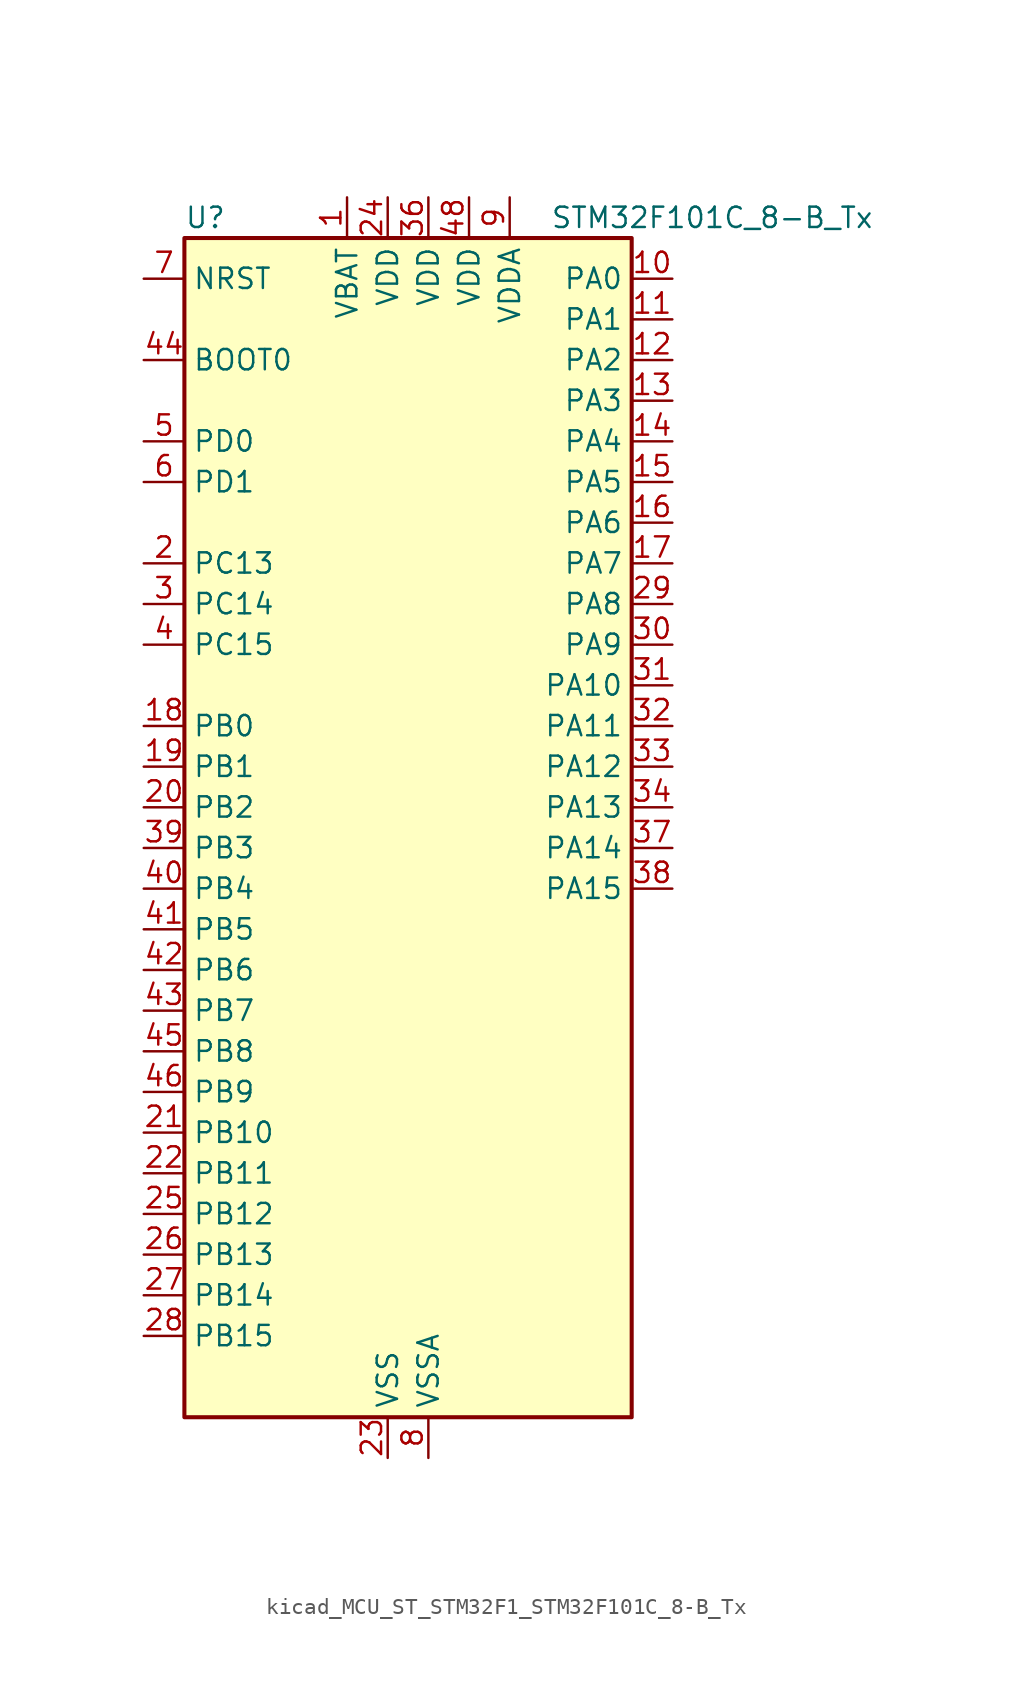
<source format=kicad_sym>
(kicad_symbol_lib
  (version 20220914)
  (generator kicad_symbol_editor)
  (symbol "kicad_MCU_ST_STM32F1_STM32F101C_8-B_Tx"
    (property "Reference" "U"
      (at -12.7 39.37 0)
      (effects (font (size 1.27 1.27)) (justify left)))
    (property "Value" "STM32F101C_8-B_Tx"
      (at 10.16 39.37 0)
      (effects (font (size 1.27 1.27)) (justify left)))
    (property "ki_locked" ""
      (at 0 0 0)
      (effects (font (size 1.27 1.27))))
    (symbol "kicad_MCU_ST_STM32F1_STM32F101C_8-B_Tx_0_1"
      (rectangle (start -12.7 -35.56) (end 15.24 38.1) (stroke (width 0.254) (type default)) (fill (type background))))
    (symbol "kicad_MCU_ST_STM32F1_STM32F101C_8-B_Tx_1_1"
      (pin power_in line (at -2.54 40.64 270) (length 2.54) (name "VBAT" (effects (font (size 1.27 1.27)))) (number "1" (effects (font (size 1.27 1.27)))))
      (pin bidirectional line (at 17.78 35.56 180) (length 2.54) (name "PA0" (effects (font (size 1.27 1.27)))) (number "10" (effects (font (size 1.27 1.27)))) (alternate "ADC1_IN0" bidirectional line) (alternate "SYS_WKUP" bidirectional line) (alternate "TIM2_CH1" bidirectional line) (alternate "TIM2_ETR" bidirectional line) (alternate "USART2_CTS" bidirectional line))
      (pin bidirectional line (at 17.78 33.02 180) (length 2.54) (name "PA1" (effects (font (size 1.27 1.27)))) (number "11" (effects (font (size 1.27 1.27)))) (alternate "ADC1_IN1" bidirectional line) (alternate "TIM2_CH2" bidirectional line) (alternate "USART2_RTS" bidirectional line))
      (pin bidirectional line (at 17.78 30.48 180) (length 2.54) (name "PA2" (effects (font (size 1.27 1.27)))) (number "12" (effects (font (size 1.27 1.27)))) (alternate "ADC1_IN2" bidirectional line) (alternate "TIM2_CH3" bidirectional line) (alternate "USART2_TX" bidirectional line))
      (pin bidirectional line (at 17.78 27.94 180) (length 2.54) (name "PA3" (effects (font (size 1.27 1.27)))) (number "13" (effects (font (size 1.27 1.27)))) (alternate "ADC1_IN3" bidirectional line) (alternate "TIM2_CH4" bidirectional line) (alternate "USART2_RX" bidirectional line))
      (pin bidirectional line (at 17.78 25.4 180) (length 2.54) (name "PA4" (effects (font (size 1.27 1.27)))) (number "14" (effects (font (size 1.27 1.27)))) (alternate "ADC1_IN4" bidirectional line) (alternate "SPI1_NSS" bidirectional line) (alternate "USART2_CK" bidirectional line))
      (pin bidirectional line (at 17.78 22.86 180) (length 2.54) (name "PA5" (effects (font (size 1.27 1.27)))) (number "15" (effects (font (size 1.27 1.27)))) (alternate "ADC1_IN5" bidirectional line) (alternate "SPI1_SCK" bidirectional line))
      (pin bidirectional line (at 17.78 20.32 180) (length 2.54) (name "PA6" (effects (font (size 1.27 1.27)))) (number "16" (effects (font (size 1.27 1.27)))) (alternate "ADC1_IN6" bidirectional line) (alternate "SPI1_MISO" bidirectional line) (alternate "TIM3_CH1" bidirectional line))
      (pin bidirectional line (at 17.78 17.78 180) (length 2.54) (name "PA7" (effects (font (size 1.27 1.27)))) (number "17" (effects (font (size 1.27 1.27)))) (alternate "ADC1_IN7" bidirectional line) (alternate "SPI1_MOSI" bidirectional line) (alternate "TIM3_CH2" bidirectional line))
      (pin bidirectional line (at -15.24 7.62 0) (length 2.54) (name "PB0" (effects (font (size 1.27 1.27)))) (number "18" (effects (font (size 1.27 1.27)))) (alternate "ADC1_IN8" bidirectional line) (alternate "TIM3_CH3" bidirectional line))
      (pin bidirectional line (at -15.24 5.08 0) (length 2.54) (name "PB1" (effects (font (size 1.27 1.27)))) (number "19" (effects (font (size 1.27 1.27)))) (alternate "ADC1_IN9" bidirectional line) (alternate "TIM3_CH4" bidirectional line))
      (pin bidirectional line (at -15.24 17.78 0) (length 2.54) (name "PC13" (effects (font (size 1.27 1.27)))) (number "2" (effects (font (size 1.27 1.27)))) (alternate "RTC_OUT" bidirectional line) (alternate "RTC_TAMPER" bidirectional line))
      (pin bidirectional line (at -15.24 2.54 0) (length 2.54) (name "PB2" (effects (font (size 1.27 1.27)))) (number "20" (effects (font (size 1.27 1.27)))))
      (pin bidirectional line (at -15.24 -17.78 0) (length 2.54) (name "PB10" (effects (font (size 1.27 1.27)))) (number "21" (effects (font (size 1.27 1.27)))) (alternate "I2C2_SCL" bidirectional line) (alternate "TIM2_CH3" bidirectional line) (alternate "USART3_TX" bidirectional line))
      (pin bidirectional line (at -15.24 -20.32 0) (length 2.54) (name "PB11" (effects (font (size 1.27 1.27)))) (number "22" (effects (font (size 1.27 1.27)))) (alternate "ADC1_EXTI11" bidirectional line) (alternate "I2C2_SDA" bidirectional line) (alternate "TIM2_CH4" bidirectional line) (alternate "USART3_RX" bidirectional line))
      (pin power_in line (at 0 -38.1 90) (length 2.54) (name "VSS" (effects (font (size 1.27 1.27)))) (number "23" (effects (font (size 1.27 1.27)))))
      (pin power_in line (at 0 40.64 270) (length 2.54) (name "VDD" (effects (font (size 1.27 1.27)))) (number "24" (effects (font (size 1.27 1.27)))))
      (pin bidirectional line (at -15.24 -22.86 0) (length 2.54) (name "PB12" (effects (font (size 1.27 1.27)))) (number "25" (effects (font (size 1.27 1.27)))) (alternate "I2C2_SMBA" bidirectional line) (alternate "SPI2_NSS" bidirectional line) (alternate "USART3_CK" bidirectional line))
      (pin bidirectional line (at -15.24 -25.4 0) (length 2.54) (name "PB13" (effects (font (size 1.27 1.27)))) (number "26" (effects (font (size 1.27 1.27)))) (alternate "SPI2_SCK" bidirectional line) (alternate "USART3_CTS" bidirectional line))
      (pin bidirectional line (at -15.24 -27.94 0) (length 2.54) (name "PB14" (effects (font (size 1.27 1.27)))) (number "27" (effects (font (size 1.27 1.27)))) (alternate "SPI2_MISO" bidirectional line) (alternate "USART3_RTS" bidirectional line))
      (pin bidirectional line (at -15.24 -30.48 0) (length 2.54) (name "PB15" (effects (font (size 1.27 1.27)))) (number "28" (effects (font (size 1.27 1.27)))) (alternate "ADC1_EXTI15" bidirectional line) (alternate "SPI2_MOSI" bidirectional line))
      (pin bidirectional line (at 17.78 15.24 180) (length 2.54) (name "PA8" (effects (font (size 1.27 1.27)))) (number "29" (effects (font (size 1.27 1.27)))) (alternate "RCC_MCO" bidirectional line) (alternate "USART1_CK" bidirectional line))
      (pin bidirectional line (at -15.24 15.24 0) (length 2.54) (name "PC14" (effects (font (size 1.27 1.27)))) (number "3" (effects (font (size 1.27 1.27)))) (alternate "RCC_OSC32_IN" bidirectional line))
      (pin bidirectional line (at 17.78 12.7 180) (length 2.54) (name "PA9" (effects (font (size 1.27 1.27)))) (number "30" (effects (font (size 1.27 1.27)))) (alternate "USART1_TX" bidirectional line))
      (pin bidirectional line (at 17.78 10.16 180) (length 2.54) (name "PA10" (effects (font (size 1.27 1.27)))) (number "31" (effects (font (size 1.27 1.27)))) (alternate "USART1_RX" bidirectional line))
      (pin bidirectional line (at 17.78 7.62 180) (length 2.54) (name "PA11" (effects (font (size 1.27 1.27)))) (number "32" (effects (font (size 1.27 1.27)))) (alternate "ADC1_EXTI11" bidirectional line) (alternate "USART1_CTS" bidirectional line))
      (pin bidirectional line (at 17.78 5.08 180) (length 2.54) (name "PA12" (effects (font (size 1.27 1.27)))) (number "33" (effects (font (size 1.27 1.27)))) (alternate "USART1_RTS" bidirectional line))
      (pin bidirectional line (at 17.78 2.54 180) (length 2.54) (name "PA13" (effects (font (size 1.27 1.27)))) (number "34" (effects (font (size 1.27 1.27)))) (alternate "SYS_JTMS-SWDIO" bidirectional line))
      (pin passive line (at 0 -38.1 90) (length 2.54) hide (name "VSS" (effects (font (size 1.27 1.27)))) (number "35" (effects (font (size 1.27 1.27)))))
      (pin power_in line (at 2.54 40.64 270) (length 2.54) (name "VDD" (effects (font (size 1.27 1.27)))) (number "36" (effects (font (size 1.27 1.27)))))
      (pin bidirectional line (at 17.78 0 180) (length 2.54) (name "PA14" (effects (font (size 1.27 1.27)))) (number "37" (effects (font (size 1.27 1.27)))) (alternate "SYS_JTCK-SWCLK" bidirectional line))
      (pin bidirectional line (at 17.78 -2.54 180) (length 2.54) (name "PA15" (effects (font (size 1.27 1.27)))) (number "38" (effects (font (size 1.27 1.27)))) (alternate "ADC1_EXTI15" bidirectional line) (alternate "SPI1_NSS" bidirectional line) (alternate "SYS_JTDI" bidirectional line) (alternate "TIM2_CH1" bidirectional line) (alternate "TIM2_ETR" bidirectional line))
      (pin bidirectional line (at -15.24 0 0) (length 2.54) (name "PB3" (effects (font (size 1.27 1.27)))) (number "39" (effects (font (size 1.27 1.27)))) (alternate "SPI1_SCK" bidirectional line) (alternate "SYS_JTDO-TRACESWO" bidirectional line) (alternate "TIM2_CH2" bidirectional line))
      (pin bidirectional line (at -15.24 12.7 0) (length 2.54) (name "PC15" (effects (font (size 1.27 1.27)))) (number "4" (effects (font (size 1.27 1.27)))) (alternate "ADC1_EXTI15" bidirectional line) (alternate "RCC_OSC32_OUT" bidirectional line))
      (pin bidirectional line (at -15.24 -2.54 0) (length 2.54) (name "PB4" (effects (font (size 1.27 1.27)))) (number "40" (effects (font (size 1.27 1.27)))) (alternate "SPI1_MISO" bidirectional line) (alternate "SYS_NJTRST" bidirectional line) (alternate "TIM3_CH1" bidirectional line))
      (pin bidirectional line (at -15.24 -5.08 0) (length 2.54) (name "PB5" (effects (font (size 1.27 1.27)))) (number "41" (effects (font (size 1.27 1.27)))) (alternate "I2C1_SMBA" bidirectional line) (alternate "SPI1_MOSI" bidirectional line) (alternate "TIM3_CH2" bidirectional line))
      (pin bidirectional line (at -15.24 -7.62 0) (length 2.54) (name "PB6" (effects (font (size 1.27 1.27)))) (number "42" (effects (font (size 1.27 1.27)))) (alternate "I2C1_SCL" bidirectional line) (alternate "TIM4_CH1" bidirectional line) (alternate "USART1_TX" bidirectional line))
      (pin bidirectional line (at -15.24 -10.16 0) (length 2.54) (name "PB7" (effects (font (size 1.27 1.27)))) (number "43" (effects (font (size 1.27 1.27)))) (alternate "I2C1_SDA" bidirectional line) (alternate "TIM4_CH2" bidirectional line) (alternate "USART1_RX" bidirectional line))
      (pin input line (at -15.24 30.48 0) (length 2.54) (name "BOOT0" (effects (font (size 1.27 1.27)))) (number "44" (effects (font (size 1.27 1.27)))))
      (pin bidirectional line (at -15.24 -12.7 0) (length 2.54) (name "PB8" (effects (font (size 1.27 1.27)))) (number "45" (effects (font (size 1.27 1.27)))) (alternate "I2C1_SCL" bidirectional line) (alternate "TIM4_CH3" bidirectional line))
      (pin bidirectional line (at -15.24 -15.24 0) (length 2.54) (name "PB9" (effects (font (size 1.27 1.27)))) (number "46" (effects (font (size 1.27 1.27)))) (alternate "I2C1_SDA" bidirectional line) (alternate "TIM4_CH4" bidirectional line))
      (pin passive line (at 0 -38.1 90) (length 2.54) hide (name "VSS" (effects (font (size 1.27 1.27)))) (number "47" (effects (font (size 1.27 1.27)))))
      (pin power_in line (at 5.08 40.64 270) (length 2.54) (name "VDD" (effects (font (size 1.27 1.27)))) (number "48" (effects (font (size 1.27 1.27)))))
      (pin bidirectional line (at -15.24 25.4 0) (length 2.54) (name "PD0" (effects (font (size 1.27 1.27)))) (number "5" (effects (font (size 1.27 1.27)))) (alternate "RCC_OSC_IN" bidirectional line))
      (pin bidirectional line (at -15.24 22.86 0) (length 2.54) (name "PD1" (effects (font (size 1.27 1.27)))) (number "6" (effects (font (size 1.27 1.27)))) (alternate "RCC_OSC_OUT" bidirectional line))
      (pin input line (at -15.24 35.56 0) (length 2.54) (name "NRST" (effects (font (size 1.27 1.27)))) (number "7" (effects (font (size 1.27 1.27)))))
      (pin power_in line (at 2.54 -38.1 90) (length 2.54) (name "VSSA" (effects (font (size 1.27 1.27)))) (number "8" (effects (font (size 1.27 1.27)))))
      (pin power_in line (at 7.62 40.64 270) (length 2.54) (name "VDDA" (effects (font (size 1.27 1.27)))) (number "9" (effects (font (size 1.27 1.27))))))))
</source>
